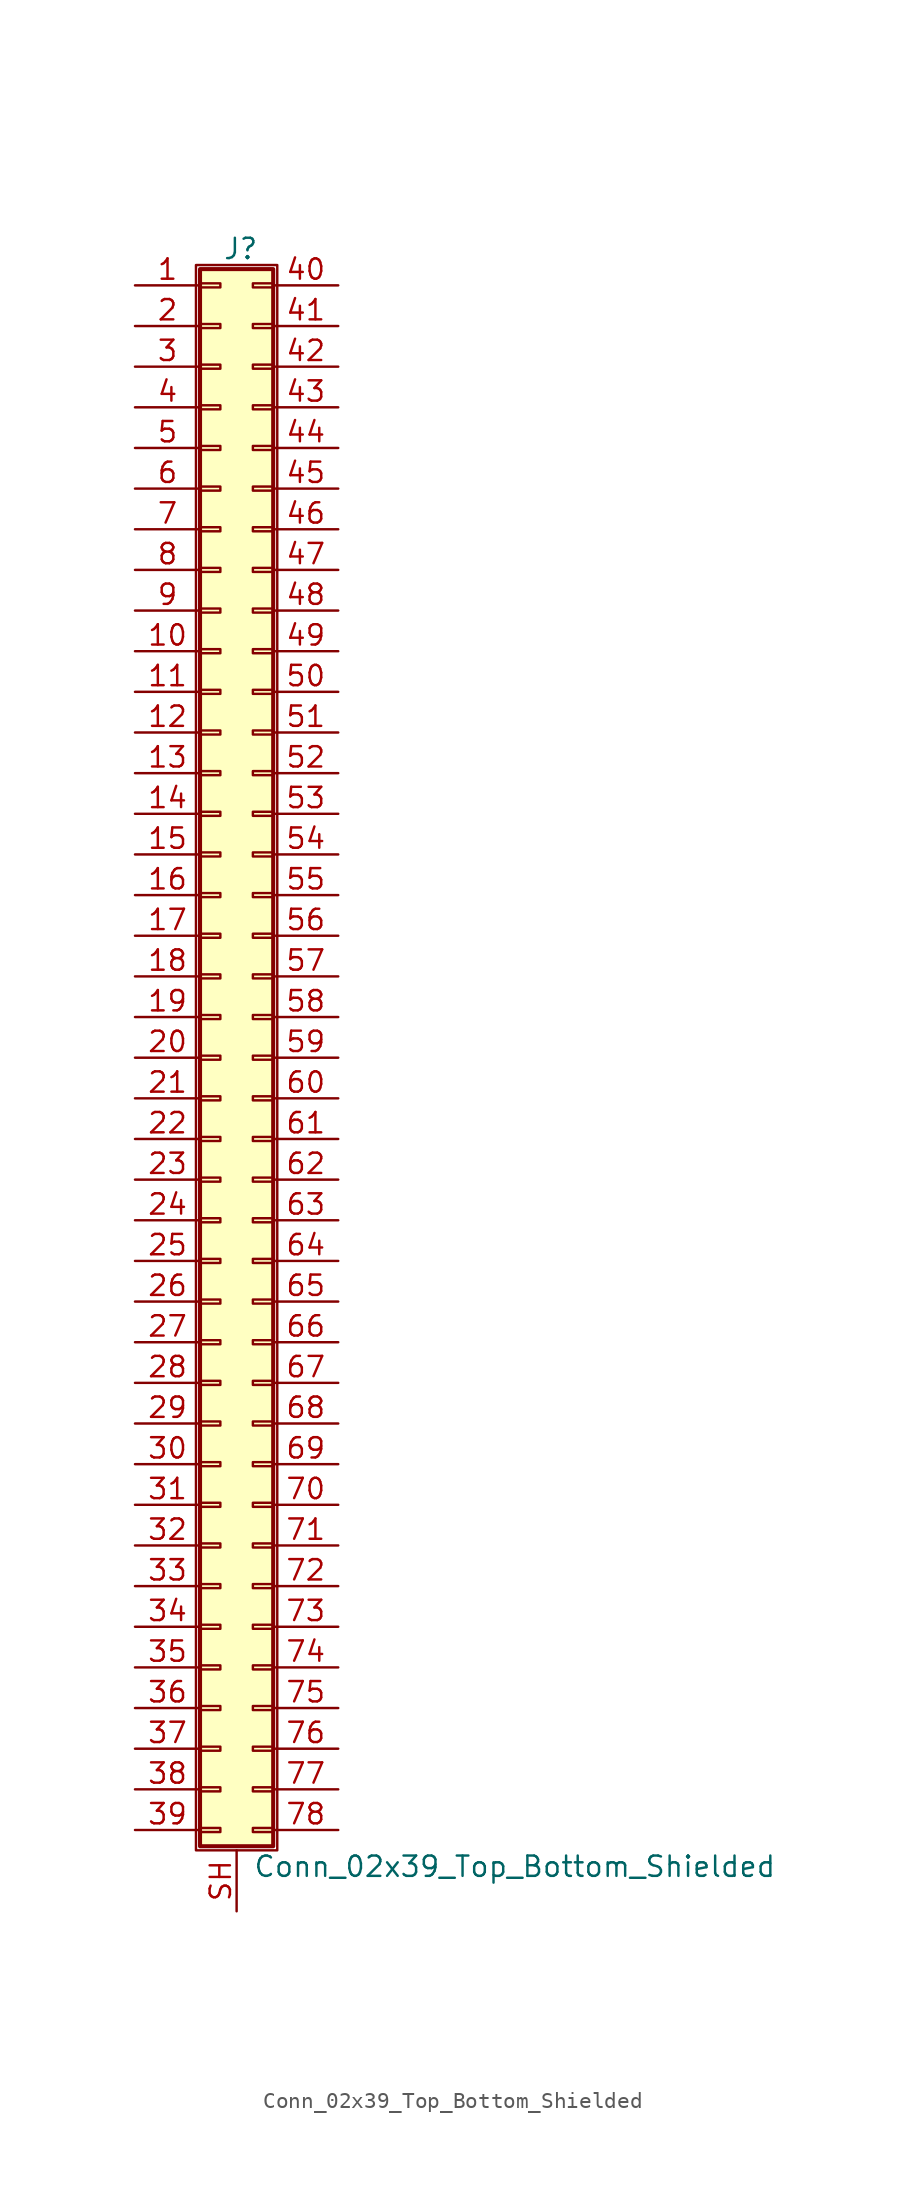
<source format=kicad_sym>
(kicad_symbol_lib
  (version 20201005)
  (generator kicad_symbol_editor)
  (symbol "Conn_02x39_Top_Bottom_Shielded"
    (pin_names
      (offset 1.016) hide)
    (property "Reference" "J"
      (at 1.524 50.546 0)
      (effects (font (size 1.27 1.27))))
    (property "Value" "Conn_02x39_Top_Bottom_Shielded"
      (at 2.286 -50.546 0)
      (effects (font (size 1.27 1.27)) (justify left)))
    (symbol "Conn_02x39_Top_Bottom_Shielded_1_1"
      (rectangle (start -1.27 49.53) (end 3.81 -49.53) (stroke (width 0.152)) (fill (type none)))
      (rectangle (start -1.016 -48.133) (end 0.254 -48.387) (stroke (width 0.152)) (fill (type none)))
      (rectangle (start -1.016 -45.593) (end 0.254 -45.847) (stroke (width 0.152)) (fill (type none)))
      (rectangle (start -1.016 -43.053) (end 0.254 -43.307) (stroke (width 0.152)) (fill (type none)))
      (rectangle (start -1.016 -40.513) (end 0.254 -40.767) (stroke (width 0.152)) (fill (type none)))
      (rectangle (start -1.016 -37.973) (end 0.254 -38.227) (stroke (width 0.152)) (fill (type none)))
      (rectangle (start -1.016 -35.433) (end 0.254 -35.687) (stroke (width 0.152)) (fill (type none)))
      (rectangle (start -1.016 -32.893) (end 0.254 -33.147) (stroke (width 0.152)) (fill (type none)))
      (rectangle (start -1.016 -30.353) (end 0.254 -30.607) (stroke (width 0.152)) (fill (type none)))
      (rectangle (start -1.016 -27.813) (end 0.254 -28.067) (stroke (width 0.152)) (fill (type none)))
      (rectangle (start -1.016 -25.273) (end 0.254 -25.527) (stroke (width 0.152)) (fill (type none)))
      (rectangle (start -1.016 -22.733) (end 0.254 -22.987) (stroke (width 0.152)) (fill (type none)))
      (rectangle (start -1.016 -20.193) (end 0.254 -20.447) (stroke (width 0.152)) (fill (type none)))
      (rectangle (start -1.016 -17.653) (end 0.254 -17.907) (stroke (width 0.152)) (fill (type none)))
      (rectangle (start -1.016 -15.113) (end 0.254 -15.367) (stroke (width 0.152)) (fill (type none)))
      (rectangle (start -1.016 -12.573) (end 0.254 -12.827) (stroke (width 0.152)) (fill (type none)))
      (rectangle (start -1.016 -10.033) (end 0.254 -10.287) (stroke (width 0.152)) (fill (type none)))
      (rectangle (start -1.016 -7.493) (end 0.254 -7.747) (stroke (width 0.152)) (fill (type none)))
      (rectangle (start -1.016 -4.953) (end 0.254 -5.207) (stroke (width 0.152)) (fill (type none)))
      (rectangle (start -1.016 -2.413) (end 0.254 -2.667) (stroke (width 0.152)) (fill (type none)))
      (rectangle (start -1.016 0.127) (end 0.254 -0.127) (stroke (width 0.152)) (fill (type none)))
      (rectangle (start -1.016 2.667) (end 0.254 2.413) (stroke (width 0.152)) (fill (type none)))
      (rectangle (start -1.016 5.207) (end 0.254 4.953) (stroke (width 0.152)) (fill (type none)))
      (rectangle (start -1.016 7.747) (end 0.254 7.493) (stroke (width 0.152)) (fill (type none)))
      (rectangle (start -1.016 10.287) (end 0.254 10.033) (stroke (width 0.152)) (fill (type none)))
      (rectangle (start -1.016 12.827) (end 0.254 12.573) (stroke (width 0.152)) (fill (type none)))
      (rectangle (start -1.016 15.367) (end 0.254 15.113) (stroke (width 0.152)) (fill (type none)))
      (rectangle (start -1.016 17.907) (end 0.254 17.653) (stroke (width 0.152)) (fill (type none)))
      (rectangle (start -1.016 20.447) (end 0.254 20.193) (stroke (width 0.152)) (fill (type none)))
      (rectangle (start -1.016 22.987) (end 0.254 22.733) (stroke (width 0.152)) (fill (type none)))
      (rectangle (start -1.016 25.527) (end 0.254 25.273) (stroke (width 0.152)) (fill (type none)))
      (rectangle (start -1.016 28.067) (end 0.254 27.813) (stroke (width 0.152)) (fill (type none)))
      (rectangle (start -1.016 30.607) (end 0.254 30.353) (stroke (width 0.152)) (fill (type none)))
      (rectangle (start -1.016 33.147) (end 0.254 32.893) (stroke (width 0.152)) (fill (type none)))
      (rectangle (start -1.016 35.687) (end 0.254 35.433) (stroke (width 0.152)) (fill (type none)))
      (rectangle (start -1.016 38.227) (end 0.254 37.973) (stroke (width 0.152)) (fill (type none)))
      (rectangle (start -1.016 40.767) (end 0.254 40.513) (stroke (width 0.152)) (fill (type none)))
      (rectangle (start -1.016 43.307) (end 0.254 43.053) (stroke (width 0.152)) (fill (type none)))
      (rectangle (start -1.016 45.847) (end 0.254 45.593) (stroke (width 0.152)) (fill (type none)))
      (rectangle (start -1.016 48.387) (end 0.254 48.133) (stroke (width 0.152)) (fill (type none)))
      (rectangle (start 3.556 -48.133) (end 2.286 -48.387) (stroke (width 0.152)) (fill (type none)))
      (rectangle (start 3.556 -45.593) (end 2.286 -45.847) (stroke (width 0.152)) (fill (type none)))
      (rectangle (start 3.556 -43.053) (end 2.286 -43.307) (stroke (width 0.152)) (fill (type none)))
      (rectangle (start 3.556 -40.513) (end 2.286 -40.767) (stroke (width 0.152)) (fill (type none)))
      (rectangle (start 3.556 -37.973) (end 2.286 -38.227) (stroke (width 0.152)) (fill (type none)))
      (rectangle (start 3.556 -35.433) (end 2.286 -35.687) (stroke (width 0.152)) (fill (type none)))
      (rectangle (start 3.556 -32.893) (end 2.286 -33.147) (stroke (width 0.152)) (fill (type none)))
      (rectangle (start 3.556 -30.353) (end 2.286 -30.607) (stroke (width 0.152)) (fill (type none)))
      (rectangle (start 3.556 -27.813) (end 2.286 -28.067) (stroke (width 0.152)) (fill (type none)))
      (rectangle (start 3.556 -25.273) (end 2.286 -25.527) (stroke (width 0.152)) (fill (type none)))
      (rectangle (start 3.556 -22.733) (end 2.286 -22.987) (stroke (width 0.152)) (fill (type none)))
      (rectangle (start 3.556 -20.193) (end 2.286 -20.447) (stroke (width 0.152)) (fill (type none)))
      (rectangle (start 3.556 -17.653) (end 2.286 -17.907) (stroke (width 0.152)) (fill (type none)))
      (rectangle (start 3.556 -15.113) (end 2.286 -15.367) (stroke (width 0.152)) (fill (type none)))
      (rectangle (start 3.556 -12.573) (end 2.286 -12.827) (stroke (width 0.152)) (fill (type none)))
      (rectangle (start 3.556 -10.033) (end 2.286 -10.287) (stroke (width 0.152)) (fill (type none)))
      (rectangle (start 3.556 -7.493) (end 2.286 -7.747) (stroke (width 0.152)) (fill (type none)))
      (rectangle (start 3.556 -4.953) (end 2.286 -5.207) (stroke (width 0.152)) (fill (type none)))
      (rectangle (start 3.556 -2.413) (end 2.286 -2.667) (stroke (width 0.152)) (fill (type none)))
      (rectangle (start 3.556 0.127) (end 2.286 -0.127) (stroke (width 0.152)) (fill (type none)))
      (rectangle (start 3.556 2.667) (end 2.286 2.413) (stroke (width 0.152)) (fill (type none)))
      (rectangle (start 3.556 5.207) (end 2.286 4.953) (stroke (width 0.152)) (fill (type none)))
      (rectangle (start 3.556 7.747) (end 2.286 7.493) (stroke (width 0.152)) (fill (type none)))
      (rectangle (start 3.556 10.287) (end 2.286 10.033) (stroke (width 0.152)) (fill (type none)))
      (rectangle (start 3.556 12.827) (end 2.286 12.573) (stroke (width 0.152)) (fill (type none)))
      (rectangle (start 3.556 15.367) (end 2.286 15.113) (stroke (width 0.152)) (fill (type none)))
      (rectangle (start 3.556 17.907) (end 2.286 17.653) (stroke (width 0.152)) (fill (type none)))
      (rectangle (start 3.556 20.447) (end 2.286 20.193) (stroke (width 0.152)) (fill (type none)))
      (rectangle (start 3.556 22.987) (end 2.286 22.733) (stroke (width 0.152)) (fill (type none)))
      (rectangle (start 3.556 25.527) (end 2.286 25.273) (stroke (width 0.152)) (fill (type none)))
      (rectangle (start 3.556 28.067) (end 2.286 27.813) (stroke (width 0.152)) (fill (type none)))
      (rectangle (start 3.556 30.607) (end 2.286 30.353) (stroke (width 0.152)) (fill (type none)))
      (rectangle (start 3.556 33.147) (end 2.286 32.893) (stroke (width 0.152)) (fill (type none)))
      (rectangle (start 3.556 35.687) (end 2.286 35.433) (stroke (width 0.152)) (fill (type none)))
      (rectangle (start 3.556 38.227) (end 2.286 37.973) (stroke (width 0.152)) (fill (type none)))
      (rectangle (start 3.556 40.767) (end 2.286 40.513) (stroke (width 0.152)) (fill (type none)))
      (rectangle (start 3.556 43.307) (end 2.286 43.053) (stroke (width 0.152)) (fill (type none)))
      (rectangle (start 3.556 45.847) (end 2.286 45.593) (stroke (width 0.152)) (fill (type none)))
      (rectangle (start 3.556 48.387) (end 2.286 48.133) (stroke (width 0.152)) (fill (type none)))
      (rectangle (start -1.016 49.276) (end 3.556 -49.276) (stroke (width 0.254)) (fill (type background)))
      (pin passive line (at -5.08 48.26 0) (length 4.064) (name "Pin_1" (effects (font (size 1.27 1.27)))) (number "1" (effects (font (size 1.27 1.27)))))
      (pin passive line (at -5.08 25.4 0) (length 4.064) (name "Pin_10" (effects (font (size 1.27 1.27)))) (number "10" (effects (font (size 1.27 1.27)))))
      (pin passive line (at -5.08 22.86 0) (length 4.064) (name "Pin_11" (effects (font (size 1.27 1.27)))) (number "11" (effects (font (size 1.27 1.27)))))
      (pin passive line (at -5.08 20.32 0) (length 4.064) (name "Pin_12" (effects (font (size 1.27 1.27)))) (number "12" (effects (font (size 1.27 1.27)))))
      (pin passive line (at -5.08 17.78 0) (length 4.064) (name "Pin_13" (effects (font (size 1.27 1.27)))) (number "13" (effects (font (size 1.27 1.27)))))
      (pin passive line (at -5.08 15.24 0) (length 4.064) (name "Pin_14" (effects (font (size 1.27 1.27)))) (number "14" (effects (font (size 1.27 1.27)))))
      (pin passive line (at -5.08 12.7 0) (length 4.064) (name "Pin_15" (effects (font (size 1.27 1.27)))) (number "15" (effects (font (size 1.27 1.27)))))
      (pin passive line (at -5.08 10.16 0) (length 4.064) (name "Pin_16" (effects (font (size 1.27 1.27)))) (number "16" (effects (font (size 1.27 1.27)))))
      (pin passive line (at -5.08 7.62 0) (length 4.064) (name "Pin_17" (effects (font (size 1.27 1.27)))) (number "17" (effects (font (size 1.27 1.27)))))
      (pin passive line (at -5.08 5.08 0) (length 4.064) (name "Pin_18" (effects (font (size 1.27 1.27)))) (number "18" (effects (font (size 1.27 1.27)))))
      (pin passive line (at -5.08 2.54 0) (length 4.064) (name "Pin_19" (effects (font (size 1.27 1.27)))) (number "19" (effects (font (size 1.27 1.27)))))
      (pin passive line (at -5.08 45.72 0) (length 4.064) (name "Pin_2" (effects (font (size 1.27 1.27)))) (number "2" (effects (font (size 1.27 1.27)))))
      (pin passive line (at -5.08 0 0) (length 4.064) (name "Pin_20" (effects (font (size 1.27 1.27)))) (number "20" (effects (font (size 1.27 1.27)))))
      (pin passive line (at -5.08 -2.54 0) (length 4.064) (name "Pin_21" (effects (font (size 1.27 1.27)))) (number "21" (effects (font (size 1.27 1.27)))))
      (pin passive line (at -5.08 -5.08 0) (length 4.064) (name "Pin_22" (effects (font (size 1.27 1.27)))) (number "22" (effects (font (size 1.27 1.27)))))
      (pin passive line (at -5.08 -7.62 0) (length 4.064) (name "Pin_23" (effects (font (size 1.27 1.27)))) (number "23" (effects (font (size 1.27 1.27)))))
      (pin passive line (at -5.08 -10.16 0) (length 4.064) (name "Pin_24" (effects (font (size 1.27 1.27)))) (number "24" (effects (font (size 1.27 1.27)))))
      (pin passive line (at -5.08 -12.7 0) (length 4.064) (name "Pin_25" (effects (font (size 1.27 1.27)))) (number "25" (effects (font (size 1.27 1.27)))))
      (pin passive line (at -5.08 -15.24 0) (length 4.064) (name "Pin_26" (effects (font (size 1.27 1.27)))) (number "26" (effects (font (size 1.27 1.27)))))
      (pin passive line (at -5.08 -17.78 0) (length 4.064) (name "Pin_27" (effects (font (size 1.27 1.27)))) (number "27" (effects (font (size 1.27 1.27)))))
      (pin passive line (at -5.08 -20.32 0) (length 4.064) (name "Pin_28" (effects (font (size 1.27 1.27)))) (number "28" (effects (font (size 1.27 1.27)))))
      (pin passive line (at -5.08 -22.86 0) (length 4.064) (name "Pin_29" (effects (font (size 1.27 1.27)))) (number "29" (effects (font (size 1.27 1.27)))))
      (pin passive line (at -5.08 43.18 0) (length 4.064) (name "Pin_3" (effects (font (size 1.27 1.27)))) (number "3" (effects (font (size 1.27 1.27)))))
      (pin passive line (at -5.08 -25.4 0) (length 4.064) (name "Pin_30" (effects (font (size 1.27 1.27)))) (number "30" (effects (font (size 1.27 1.27)))))
      (pin passive line (at -5.08 -27.94 0) (length 4.064) (name "Pin_31" (effects (font (size 1.27 1.27)))) (number "31" (effects (font (size 1.27 1.27)))))
      (pin passive line (at -5.08 -30.48 0) (length 4.064) (name "Pin_32" (effects (font (size 1.27 1.27)))) (number "32" (effects (font (size 1.27 1.27)))))
      (pin passive line (at -5.08 -33.02 0) (length 4.064) (name "Pin_33" (effects (font (size 1.27 1.27)))) (number "33" (effects (font (size 1.27 1.27)))))
      (pin passive line (at -5.08 -35.56 0) (length 4.064) (name "Pin_34" (effects (font (size 1.27 1.27)))) (number "34" (effects (font (size 1.27 1.27)))))
      (pin passive line (at -5.08 -38.1 0) (length 4.064) (name "Pin_35" (effects (font (size 1.27 1.27)))) (number "35" (effects (font (size 1.27 1.27)))))
      (pin passive line (at -5.08 -40.64 0) (length 4.064) (name "Pin_36" (effects (font (size 1.27 1.27)))) (number "36" (effects (font (size 1.27 1.27)))))
      (pin passive line (at -5.08 -43.18 0) (length 4.064) (name "Pin_37" (effects (font (size 1.27 1.27)))) (number "37" (effects (font (size 1.27 1.27)))))
      (pin passive line (at -5.08 -45.72 0) (length 4.064) (name "Pin_38" (effects (font (size 1.27 1.27)))) (number "38" (effects (font (size 1.27 1.27)))))
      (pin passive line (at -5.08 -48.26 0) (length 4.064) (name "Pin_39" (effects (font (size 1.27 1.27)))) (number "39" (effects (font (size 1.27 1.27)))))
      (pin passive line (at -5.08 40.64 0) (length 4.064) (name "Pin_4" (effects (font (size 1.27 1.27)))) (number "4" (effects (font (size 1.27 1.27)))))
      (pin passive line (at 7.62 48.26 180) (length 4.064) (name "Pin_40" (effects (font (size 1.27 1.27)))) (number "40" (effects (font (size 1.27 1.27)))))
      (pin passive line (at 7.62 45.72 180) (length 4.064) (name "Pin_41" (effects (font (size 1.27 1.27)))) (number "41" (effects (font (size 1.27 1.27)))))
      (pin passive line (at 7.62 43.18 180) (length 4.064) (name "Pin_42" (effects (font (size 1.27 1.27)))) (number "42" (effects (font (size 1.27 1.27)))))
      (pin passive line (at 7.62 40.64 180) (length 4.064) (name "Pin_43" (effects (font (size 1.27 1.27)))) (number "43" (effects (font (size 1.27 1.27)))))
      (pin passive line (at 7.62 38.1 180) (length 4.064) (name "Pin_44" (effects (font (size 1.27 1.27)))) (number "44" (effects (font (size 1.27 1.27)))))
      (pin passive line (at 7.62 35.56 180) (length 4.064) (name "Pin_45" (effects (font (size 1.27 1.27)))) (number "45" (effects (font (size 1.27 1.27)))))
      (pin passive line (at 7.62 33.02 180) (length 4.064) (name "Pin_46" (effects (font (size 1.27 1.27)))) (number "46" (effects (font (size 1.27 1.27)))))
      (pin passive line (at 7.62 30.48 180) (length 4.064) (name "Pin_47" (effects (font (size 1.27 1.27)))) (number "47" (effects (font (size 1.27 1.27)))))
      (pin passive line (at 7.62 27.94 180) (length 4.064) (name "Pin_48" (effects (font (size 1.27 1.27)))) (number "48" (effects (font (size 1.27 1.27)))))
      (pin passive line (at 7.62 25.4 180) (length 4.064) (name "Pin_49" (effects (font (size 1.27 1.27)))) (number "49" (effects (font (size 1.27 1.27)))))
      (pin passive line (at -5.08 38.1 0) (length 4.064) (name "Pin_5" (effects (font (size 1.27 1.27)))) (number "5" (effects (font (size 1.27 1.27)))))
      (pin passive line (at 7.62 22.86 180) (length 4.064) (name "Pin_50" (effects (font (size 1.27 1.27)))) (number "50" (effects (font (size 1.27 1.27)))))
      (pin passive line (at 7.62 20.32 180) (length 4.064) (name "Pin_51" (effects (font (size 1.27 1.27)))) (number "51" (effects (font (size 1.27 1.27)))))
      (pin passive line (at 7.62 17.78 180) (length 4.064) (name "Pin_52" (effects (font (size 1.27 1.27)))) (number "52" (effects (font (size 1.27 1.27)))))
      (pin passive line (at 7.62 15.24 180) (length 4.064) (name "Pin_53" (effects (font (size 1.27 1.27)))) (number "53" (effects (font (size 1.27 1.27)))))
      (pin passive line (at 7.62 12.7 180) (length 4.064) (name "Pin_54" (effects (font (size 1.27 1.27)))) (number "54" (effects (font (size 1.27 1.27)))))
      (pin passive line (at 7.62 10.16 180) (length 4.064) (name "Pin_55" (effects (font (size 1.27 1.27)))) (number "55" (effects (font (size 1.27 1.27)))))
      (pin passive line (at 7.62 7.62 180) (length 4.064) (name "Pin_56" (effects (font (size 1.27 1.27)))) (number "56" (effects (font (size 1.27 1.27)))))
      (pin passive line (at 7.62 5.08 180) (length 4.064) (name "Pin_57" (effects (font (size 1.27 1.27)))) (number "57" (effects (font (size 1.27 1.27)))))
      (pin passive line (at 7.62 2.54 180) (length 4.064) (name "Pin_58" (effects (font (size 1.27 1.27)))) (number "58" (effects (font (size 1.27 1.27)))))
      (pin passive line (at 7.62 0 180) (length 4.064) (name "Pin_59" (effects (font (size 1.27 1.27)))) (number "59" (effects (font (size 1.27 1.27)))))
      (pin passive line (at -5.08 35.56 0) (length 4.064) (name "Pin_6" (effects (font (size 1.27 1.27)))) (number "6" (effects (font (size 1.27 1.27)))))
      (pin passive line (at 7.62 -2.54 180) (length 4.064) (name "Pin_60" (effects (font (size 1.27 1.27)))) (number "60" (effects (font (size 1.27 1.27)))))
      (pin passive line (at 7.62 -5.08 180) (length 4.064) (name "Pin_61" (effects (font (size 1.27 1.27)))) (number "61" (effects (font (size 1.27 1.27)))))
      (pin passive line (at 7.62 -7.62 180) (length 4.064) (name "Pin_62" (effects (font (size 1.27 1.27)))) (number "62" (effects (font (size 1.27 1.27)))))
      (pin passive line (at 7.62 -10.16 180) (length 4.064) (name "Pin_63" (effects (font (size 1.27 1.27)))) (number "63" (effects (font (size 1.27 1.27)))))
      (pin passive line (at 7.62 -12.7 180) (length 4.064) (name "Pin_64" (effects (font (size 1.27 1.27)))) (number "64" (effects (font (size 1.27 1.27)))))
      (pin passive line (at 7.62 -15.24 180) (length 4.064) (name "Pin_65" (effects (font (size 1.27 1.27)))) (number "65" (effects (font (size 1.27 1.27)))))
      (pin passive line (at 7.62 -17.78 180) (length 4.064) (name "Pin_66" (effects (font (size 1.27 1.27)))) (number "66" (effects (font (size 1.27 1.27)))))
      (pin passive line (at 7.62 -20.32 180) (length 4.064) (name "Pin_67" (effects (font (size 1.27 1.27)))) (number "67" (effects (font (size 1.27 1.27)))))
      (pin passive line (at 7.62 -22.86 180) (length 4.064) (name "Pin_68" (effects (font (size 1.27 1.27)))) (number "68" (effects (font (size 1.27 1.27)))))
      (pin passive line (at 7.62 -25.4 180) (length 4.064) (name "Pin_69" (effects (font (size 1.27 1.27)))) (number "69" (effects (font (size 1.27 1.27)))))
      (pin passive line (at -5.08 33.02 0) (length 4.064) (name "Pin_7" (effects (font (size 1.27 1.27)))) (number "7" (effects (font (size 1.27 1.27)))))
      (pin passive line (at 7.62 -27.94 180) (length 4.064) (name "Pin_70" (effects (font (size 1.27 1.27)))) (number "70" (effects (font (size 1.27 1.27)))))
      (pin passive line (at 7.62 -30.48 180) (length 4.064) (name "Pin_71" (effects (font (size 1.27 1.27)))) (number "71" (effects (font (size 1.27 1.27)))))
      (pin passive line (at 7.62 -33.02 180) (length 4.064) (name "Pin_72" (effects (font (size 1.27 1.27)))) (number "72" (effects (font (size 1.27 1.27)))))
      (pin passive line (at 7.62 -35.56 180) (length 4.064) (name "Pin_73" (effects (font (size 1.27 1.27)))) (number "73" (effects (font (size 1.27 1.27)))))
      (pin passive line (at 7.62 -38.1 180) (length 4.064) (name "Pin_74" (effects (font (size 1.27 1.27)))) (number "74" (effects (font (size 1.27 1.27)))))
      (pin passive line (at 7.62 -40.64 180) (length 4.064) (name "Pin_75" (effects (font (size 1.27 1.27)))) (number "75" (effects (font (size 1.27 1.27)))))
      (pin passive line (at 7.62 -43.18 180) (length 4.064) (name "Pin_76" (effects (font (size 1.27 1.27)))) (number "76" (effects (font (size 1.27 1.27)))))
      (pin passive line (at 7.62 -45.72 180) (length 4.064) (name "Pin_77" (effects (font (size 1.27 1.27)))) (number "77" (effects (font (size 1.27 1.27)))))
      (pin passive line (at 7.62 -48.26 180) (length 4.064) (name "Pin_78" (effects (font (size 1.27 1.27)))) (number "78" (effects (font (size 1.27 1.27)))))
      (pin passive line (at -5.08 30.48 0) (length 4.064) (name "Pin_8" (effects (font (size 1.27 1.27)))) (number "8" (effects (font (size 1.27 1.27)))))
      (pin passive line (at -5.08 27.94 0) (length 4.064) (name "Pin_9" (effects (font (size 1.27 1.27)))) (number "9" (effects (font (size 1.27 1.27)))))
      (pin passive line (at 1.27 -53.34 90) (length 3.81) (name "Shield" (effects (font (size 1.27 1.27)))) (number "SH" (effects (font (size 1.27 1.27))))))))
</source>
